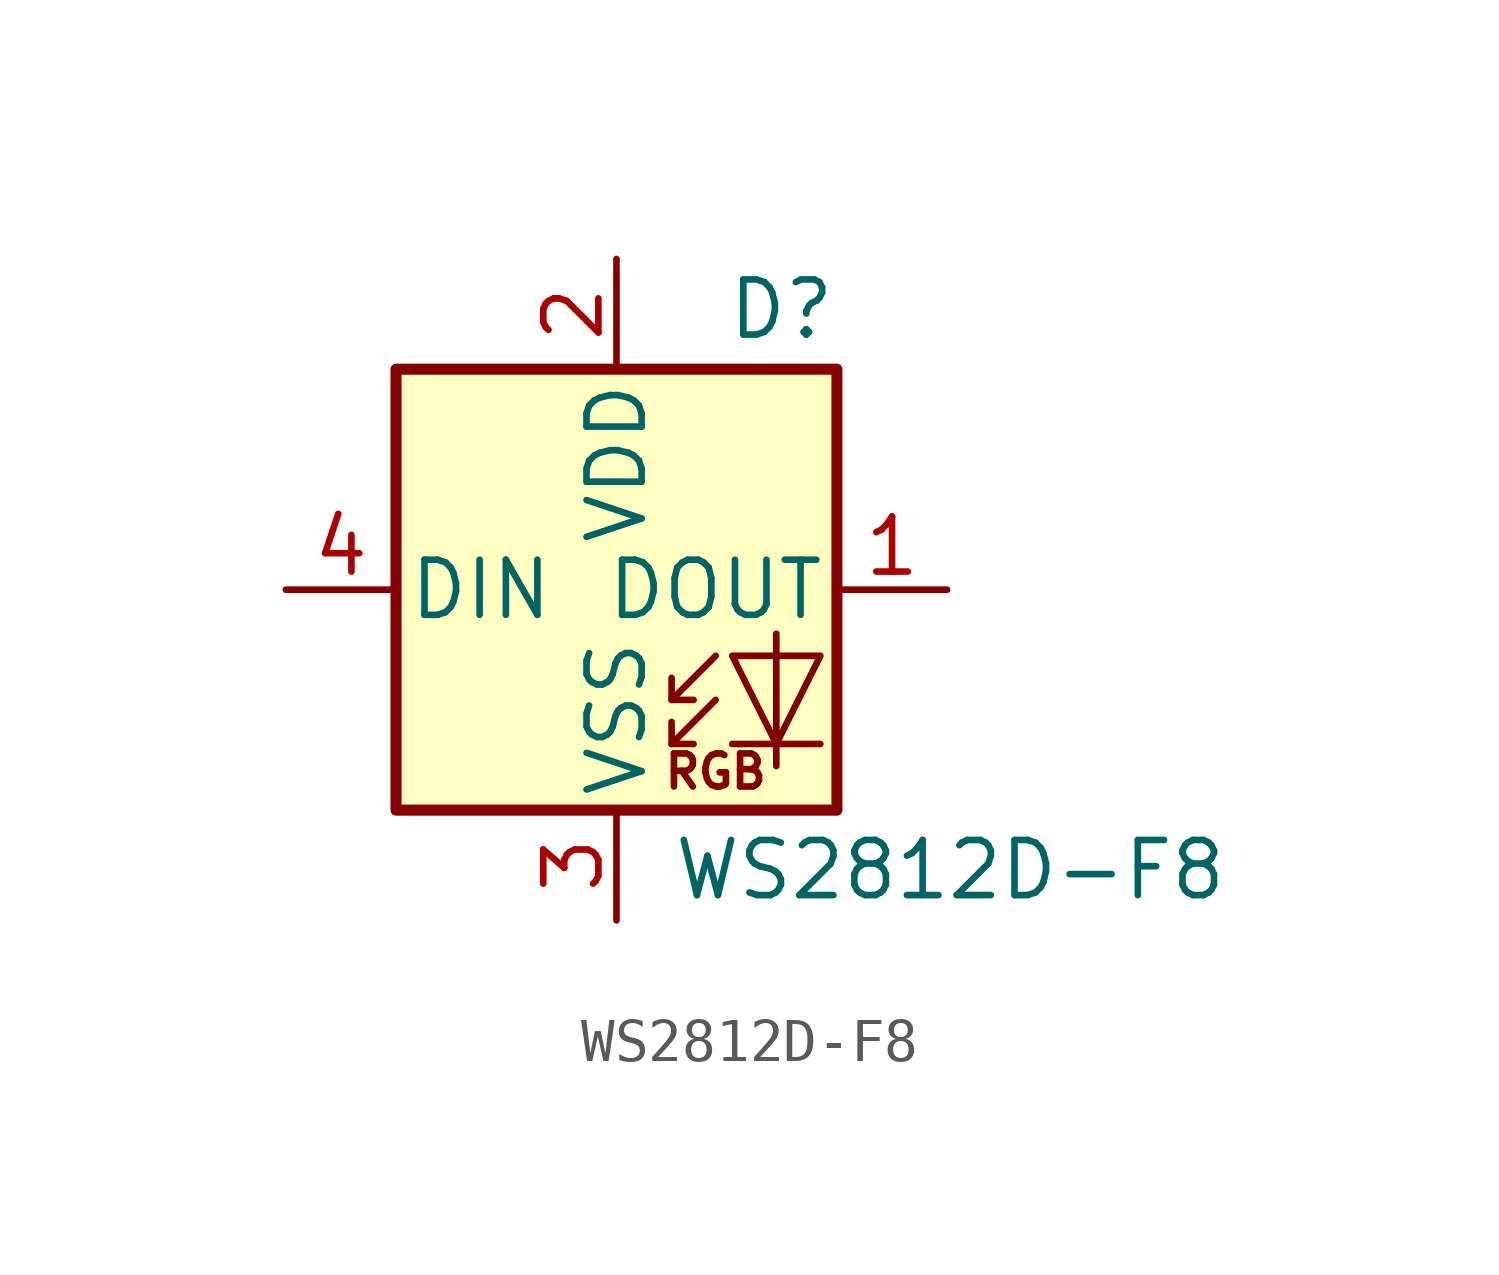
<source format=kicad_sym>
(kicad_symbol_lib
  (version 20211014)
  (generator kicad_symbol_editor)
  (symbol "WS2812D-F8"
    (pin_names
      (offset 0.254))
    (property "Reference" "D"
      (at 5.08 5.715 0)
      (effects (font (size 1.27 1.27)) (justify right bottom)))
    (property "Value" "WS2812D-F8"
      (at 1.27 -5.715 0)
      (effects (font (size 1.27 1.27)) (justify left top)))
    (symbol "WS2812D-F8_0_0"
      (text "RGB" (at 2.286 -4.191 0) (effects (font (size 0.762 0.762)))))
    (symbol "WS2812D-F8_0_1"
      (polyline (pts (xy 1.27 -3.556) (xy 1.778 -3.556)) (stroke (width 0) (type default) (color 0 0 0 0)) (fill (type none)))
      (polyline (pts (xy 1.27 -2.54) (xy 1.778 -2.54)) (stroke (width 0) (type default) (color 0 0 0 0)) (fill (type none)))
      (polyline (pts (xy 4.699 -3.556) (xy 2.667 -3.556)) (stroke (width 0) (type default) (color 0 0 0 0)) (fill (type none)))
      (polyline (pts (xy 2.286 -2.54) (xy 1.27 -3.556) (xy 1.27 -3.048)) (stroke (width 0) (type default) (color 0 0 0 0)) (fill (type none)))
      (polyline (pts (xy 2.286 -1.524) (xy 1.27 -2.54) (xy 1.27 -2.032)) (stroke (width 0) (type default) (color 0 0 0 0)) (fill (type none)))
      (polyline (pts (xy 3.683 -1.016) (xy 3.683 -3.556) (xy 3.683 -4.064)) (stroke (width 0) (type default) (color 0 0 0 0)) (fill (type none)))
      (polyline (pts (xy 4.699 -1.524) (xy 2.667 -1.524) (xy 3.683 -3.556) (xy 4.699 -1.524)) (stroke (width 0) (type default) (color 0 0 0 0)) (fill (type none)))
      (rectangle (start 5.08 5.08) (end -5.08 -5.08) (stroke (width 0.254) (type default) (color 0 0 0 0)) (fill (type background))))
    (symbol "WS2812D-F8_1_1"
      (pin output line (at 7.62 0 180) (length 2.54) (name "DOUT" (effects (font (size 1.27 1.27)))) (number "1" (effects (font (size 1.27 1.27)))))
      (pin power_in line (at 0 7.62 270) (length 2.54) (name "VDD" (effects (font (size 1.27 1.27)))) (number "2" (effects (font (size 1.27 1.27)))))
      (pin power_in line (at 0 -7.62 90) (length 2.54) (name "VSS" (effects (font (size 1.27 1.27)))) (number "3" (effects (font (size 1.27 1.27)))))
      (pin input line (at -7.62 0 0) (length 2.54) (name "DIN" (effects (font (size 1.27 1.27)))) (number "4" (effects (font (size 1.27 1.27))))))))
</source>
